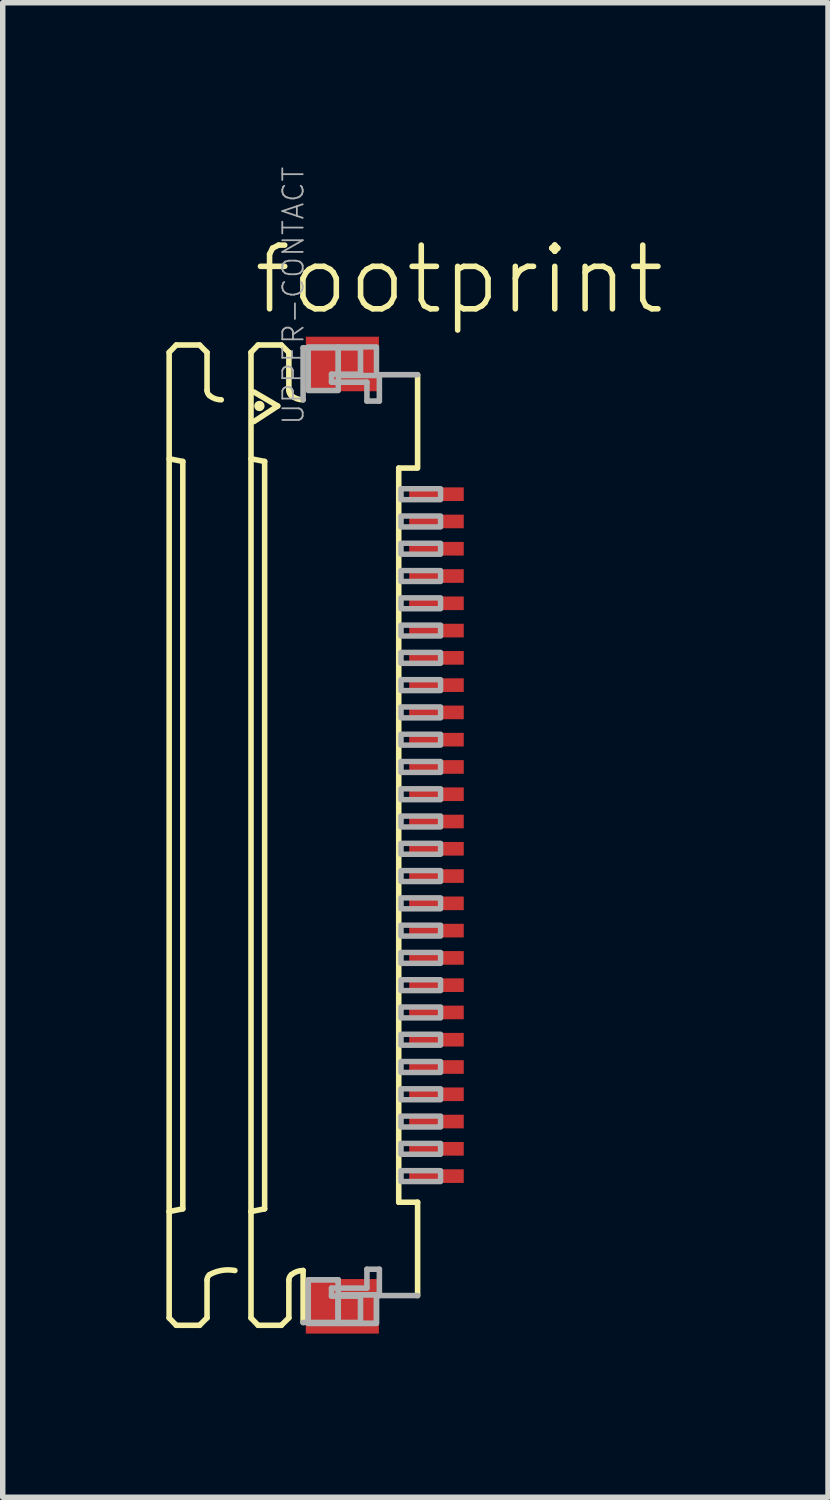
<source format=kicad_pcb>
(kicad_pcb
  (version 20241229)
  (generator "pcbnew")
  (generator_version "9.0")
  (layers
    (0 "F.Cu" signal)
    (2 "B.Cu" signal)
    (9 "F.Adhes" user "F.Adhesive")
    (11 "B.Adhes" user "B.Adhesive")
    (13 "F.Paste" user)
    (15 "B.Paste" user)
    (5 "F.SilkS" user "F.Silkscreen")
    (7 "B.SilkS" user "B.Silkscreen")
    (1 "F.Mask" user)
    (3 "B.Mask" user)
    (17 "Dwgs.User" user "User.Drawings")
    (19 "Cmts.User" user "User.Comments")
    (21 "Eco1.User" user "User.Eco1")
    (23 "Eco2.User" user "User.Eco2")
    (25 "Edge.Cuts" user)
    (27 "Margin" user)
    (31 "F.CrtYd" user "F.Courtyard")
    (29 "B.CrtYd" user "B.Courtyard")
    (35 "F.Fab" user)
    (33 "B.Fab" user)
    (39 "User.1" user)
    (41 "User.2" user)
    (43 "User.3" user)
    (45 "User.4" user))
  (footprint "footprint"
    (layer "F.Cu")
    (at 3.046 12.259)
    (property "Reference" "footprint" (at -1.5 -9.5 0) (layer "F.SilkS") (effects (font (size 1.168 1.168) (thickness 0.102)) (justify left bottom)))
    (fp_poly (pts (xy 1.355 -6.075) (xy 2.455 -6.075) (xy 2.455 -6.425) (xy 1.355 -6.425)) (stroke (width 0) (type solid)) (fill yes) (layer "F.Mask"))
    (fp_poly (pts (xy 1.355 -5.575) (xy 2.455 -5.575) (xy 2.455 -5.925) (xy 1.355 -5.925)) (stroke (width 0) (type solid)) (fill yes) (layer "F.Mask"))
    (fp_poly (pts (xy 1.355 -5.075) (xy 2.455 -5.075) (xy 2.455 -5.425) (xy 1.355 -5.425)) (stroke (width 0) (type solid)) (fill yes) (layer "F.Mask"))
    (fp_poly (pts (xy 1.355 -4.575) (xy 2.455 -4.575) (xy 2.455 -4.925) (xy 1.355 -4.925)) (stroke (width 0) (type solid)) (fill yes) (layer "F.Mask"))
    (fp_poly (pts (xy 1.355 -4.075) (xy 2.455 -4.075) (xy 2.455 -4.425) (xy 1.355 -4.425)) (stroke (width 0) (type solid)) (fill yes) (layer "F.Mask"))
    (fp_poly (pts (xy 1.355 -3.575) (xy 2.455 -3.575) (xy 2.455 -3.925) (xy 1.355 -3.925)) (stroke (width 0) (type solid)) (fill yes) (layer "F.Mask"))
    (fp_poly (pts (xy 1.355 -3.075) (xy 2.455 -3.075) (xy 2.455 -3.425) (xy 1.355 -3.425)) (stroke (width 0) (type solid)) (fill yes) (layer "F.Mask"))
    (fp_poly (pts (xy 1.355 -2.575) (xy 2.455 -2.575) (xy 2.455 -2.925) (xy 1.355 -2.925)) (stroke (width 0) (type solid)) (fill yes) (layer "F.Mask"))
    (fp_poly (pts (xy 1.355 -2.075) (xy 2.455 -2.075) (xy 2.455 -2.425) (xy 1.355 -2.425)) (stroke (width 0) (type solid)) (fill yes) (layer "F.Mask"))
    (fp_poly (pts (xy 1.355 -1.575) (xy 2.455 -1.575) (xy 2.455 -1.925) (xy 1.355 -1.925)) (stroke (width 0) (type solid)) (fill yes) (layer "F.Mask"))
    (fp_poly (pts (xy 1.355 -1.075) (xy 2.455 -1.075) (xy 2.455 -1.425) (xy 1.355 -1.425)) (stroke (width 0) (type solid)) (fill yes) (layer "F.Mask"))
    (fp_poly (pts (xy 1.355 -0.575) (xy 2.455 -0.575) (xy 2.455 -0.925) (xy 1.355 -0.925)) (stroke (width 0) (type solid)) (fill yes) (layer "F.Mask"))
    (fp_poly (pts (xy 1.355 -0.075) (xy 2.455 -0.075) (xy 2.455 -0.425) (xy 1.355 -0.425)) (stroke (width 0) (type solid)) (fill yes) (layer "F.Mask"))
    (fp_poly (pts (xy 1.355 0.425) (xy 2.455 0.425) (xy 2.455 0.075) (xy 1.355 0.075)) (stroke (width 0) (type solid)) (fill yes) (layer "F.Mask"))
    (fp_poly (pts (xy 1.355 0.925) (xy 2.455 0.925) (xy 2.455 0.575) (xy 1.355 0.575)) (stroke (width 0) (type solid)) (fill yes) (layer "F.Mask"))
    (fp_poly (pts (xy 1.355 1.425) (xy 2.455 1.425) (xy 2.455 1.075) (xy 1.355 1.075)) (stroke (width 0) (type solid)) (fill yes) (layer "F.Mask"))
    (fp_poly (pts (xy 1.355 1.925) (xy 2.455 1.925) (xy 2.455 1.575) (xy 1.355 1.575)) (stroke (width 0) (type solid)) (fill yes) (layer "F.Mask"))
    (fp_poly (pts (xy 1.355 2.425) (xy 2.455 2.425) (xy 2.455 2.075) (xy 1.355 2.075)) (stroke (width 0) (type solid)) (fill yes) (layer "F.Mask"))
    (fp_poly (pts (xy 1.355 2.925) (xy 2.455 2.925) (xy 2.455 2.575) (xy 1.355 2.575)) (stroke (width 0) (type solid)) (fill yes) (layer "F.Mask"))
    (fp_poly (pts (xy 1.355 3.425) (xy 2.455 3.425) (xy 2.455 3.075) (xy 1.355 3.075)) (stroke (width 0) (type solid)) (fill yes) (layer "F.Mask"))
    (fp_poly (pts (xy 1.355 3.925) (xy 2.455 3.925) (xy 2.455 3.575) (xy 1.355 3.575)) (stroke (width 0) (type solid)) (fill yes) (layer "F.Mask"))
    (fp_poly (pts (xy 1.355 4.425) (xy 2.455 4.425) (xy 2.455 4.075) (xy 1.355 4.075)) (stroke (width 0) (type solid)) (fill yes) (layer "F.Mask"))
    (fp_poly (pts (xy 1.355 4.925) (xy 2.455 4.925) (xy 2.455 4.575) (xy 1.355 4.575)) (stroke (width 0) (type solid)) (fill yes) (layer "F.Mask"))
    (fp_poly (pts (xy 1.355 5.425) (xy 2.455 5.425) (xy 2.455 5.075) (xy 1.355 5.075)) (stroke (width 0) (type solid)) (fill yes) (layer "F.Mask"))
    (fp_poly (pts (xy 1.355 5.925) (xy 2.455 5.925) (xy 2.455 5.575) (xy 1.355 5.575)) (stroke (width 0) (type solid)) (fill yes) (layer "F.Mask"))
    (fp_poly (pts (xy 1.355 6.425) (xy 2.455 6.425) (xy 2.455 6.075) (xy 1.355 6.075)) (stroke (width 0) (type solid)) (fill yes) (layer "F.Mask"))
    (fp_line (start -2.995 -8.85) (end -2.865 -8.985) (stroke (width 0.102) (type solid)) (layer "F.SilkS"))
    (fp_line (start -2.995 -6.9) (end -2.745 -6.85) (stroke (width 0.102) (type solid)) (layer "F.SilkS"))
    (fp_line (start -2.995 6.9) (end -2.995 -8.85) (stroke (width 0.102) (type solid)) (layer "F.SilkS"))
    (fp_line (start -2.995 8.85) (end -2.995 6.9) (stroke (width 0.102) (type solid)) (layer "F.SilkS"))
    (fp_line (start -2.995 8.85) (end -2.865 8.985) (stroke (width 0.102) (type solid)) (layer "F.SilkS"))
    (fp_line (start -2.865 -8.985) (end -2.438 -8.985) (stroke (width 0.102) (type solid)) (layer "F.SilkS"))
    (fp_line (start -2.865 8.985) (end -2.438 8.985) (stroke (width 0.102) (type solid)) (layer "F.SilkS"))
    (fp_line (start -2.745 6.85) (end -2.995 6.9) (stroke (width 0.102) (type solid)) (layer "F.SilkS"))
    (fp_line (start -2.745 6.85) (end -2.745 -6.85) (stroke (width 0.102) (type solid)) (layer "F.SilkS"))
    (fp_line (start -2.438 -8.985) (end -2.301 -8.848) (stroke (width 0.102) (type solid)) (layer "F.SilkS"))
    (fp_line (start -2.438 8.985) (end -2.301 8.848) (stroke (width 0.102) (type solid)) (layer "F.SilkS"))
    (fp_line (start -2.301 -8.848) (end -2.301 -8.156) (stroke (width 0.102) (type solid)) (layer "F.SilkS"))
    (fp_line (start -2.301 8.848) (end -2.301 8.156) (stroke (width 0.102) (type solid)) (layer "F.SilkS"))
    (fp_line (start -1.495 -8.85) (end -1.365 -8.985) (stroke (width 0.102) (type solid)) (layer "F.SilkS"))
    (fp_line (start -1.495 -6.9) (end -1.245 -6.85) (stroke (width 0.102) (type solid)) (layer "F.SilkS"))
    (fp_line (start -1.495 6.9) (end -1.495 -8.85) (stroke (width 0.102) (type solid)) (layer "F.SilkS"))
    (fp_line (start -1.495 8.85) (end -1.495 6.9) (stroke (width 0.102) (type solid)) (layer "F.SilkS"))
    (fp_line (start -1.495 8.85) (end -1.365 8.985) (stroke (width 0.102) (type solid)) (layer "F.SilkS"))
    (fp_line (start -1.441 -8.123) (end -1.005 -7.867) (stroke (width 0.102) (type solid)) (layer "F.SilkS"))
    (fp_line (start -1.365 -8.985) (end -0.939 -8.985) (stroke (width 0.102) (type solid)) (layer "F.SilkS"))
    (fp_line (start -1.365 8.985) (end -0.939 8.985) (stroke (width 0.102) (type solid)) (layer "F.SilkS"))
    (fp_line (start -1.245 6.85) (end -1.495 6.9) (stroke (width 0.102) (type solid)) (layer "F.SilkS"))
    (fp_line (start -1.245 6.85) (end -1.245 -6.85) (stroke (width 0.102) (type solid)) (layer "F.SilkS"))
    (fp_line (start -1.005 -7.867) (end -1.441 -7.582) (stroke (width 0.102) (type solid)) (layer "F.SilkS"))
    (fp_line (start -0.939 -8.985) (end -0.801 -8.848) (stroke (width 0.102) (type solid)) (layer "F.SilkS"))
    (fp_line (start -0.939 8.985) (end -0.801 8.848) (stroke (width 0.102) (type solid)) (layer "F.SilkS"))
    (fp_line (start -0.801 -8.848) (end -0.801 -8.156) (stroke (width 0.102) (type solid)) (layer "F.SilkS"))
    (fp_line (start -0.801 8.848) (end -0.801 8.156) (stroke (width 0.102) (type solid)) (layer "F.SilkS"))
    (fp_line (start -0.54 7.98) (end -0.54 8.933) (stroke (width 0.102) (type solid)) (layer "F.SilkS"))
    (fp_line (start 1.213 6.729) (end 1.213 -6.729) (stroke (width 0.102) (type solid)) (layer "F.SilkS"))
    (fp_line (start 1.538 -6.729) (end 1.213 -6.729) (stroke (width 0.102) (type solid)) (layer "F.SilkS"))
    (fp_line (start 1.559 -8.44) (end 1.559 -6.729) (stroke (width 0.102) (type solid)) (layer "F.SilkS"))
    (fp_line (start 1.559 6.729) (end 1.213 6.729) (stroke (width 0.102) (type solid)) (layer "F.SilkS"))
    (fp_line (start 1.559 8.44) (end 1.559 6.729) (stroke (width 0.102) (type solid)) (layer "F.SilkS"))
    (fp_arc (start -2.301 8.1557) (mid -2.288538 8.100596) (end -2.2536 8.056199) (stroke (width 0.1016) (type solid)) (layer "F.SilkS"))
    (fp_arc (start -2.2536 -8.056199) (mid -2.288538 -8.100596) (end -2.301 -8.1557) (stroke (width 0.1016) (type solid)) (layer "F.SilkS"))
    (fp_arc (start -2.2536 8.0562) (mid -2.028476 7.978411) (end -1.7903 7.9804) (stroke (width 0.1016) (type solid)) (layer "F.SilkS"))
    (fp_arc (start -2.0403 -7.980399) (mid -2.153476 -7.999935) (end -2.2536 -8.0562) (stroke (width 0.1016) (type solid)) (layer "F.SilkS"))
    (fp_arc (start -0.801 8.1557) (mid -0.788538 8.100596) (end -0.7536 8.056199) (stroke (width 0.1016) (type solid)) (layer "F.SilkS"))
    (fp_arc (start -0.7536 -8.056199) (mid -0.788538 -8.100596) (end -0.801 -8.1557) (stroke (width 0.1016) (type solid)) (layer "F.SilkS"))
    (fp_arc (start -0.7536 8.0562) (mid -0.653476 7.999935) (end -0.5403 7.980399) (stroke (width 0.1016) (type solid)) (layer "F.SilkS"))
    (fp_arc (start -0.5403 -7.980399) (mid -0.653476 -7.999935) (end -0.7536 -8.0562) (stroke (width 0.1016) (type solid)) (layer "F.SilkS"))
    (fp_circle (center -1.341 -7.867) (end -1.294 -7.867) (stroke (width 0.095) (type solid)) (fill yes) (layer "F.SilkS"))
    (fp_line (start -0.54 -8.933) (end 0.512 -8.933) (stroke (width 0.102) (type solid)) (layer "F.Fab"))
    (fp_line (start -0.54 -7.98) (end -0.54 -8.933) (stroke (width 0.102) (type solid)) (layer "F.Fab"))
    (fp_line (start -0.54 8.933) (end 0.512 8.933) (stroke (width 0.102) (type solid)) (layer "F.Fab"))
    (fp_line (start -0.019 -8.45) (end -0.019 -8.303) (stroke (width 0.102) (type solid)) (layer "F.Fab"))
    (fp_line (start -0.019 -8.303) (end 0.63 -8.303) (stroke (width 0.102) (type solid)) (layer "F.Fab"))
    (fp_line (start -0.019 8.303) (end 0.63 8.303) (stroke (width 0.102) (type solid)) (layer "F.Fab"))
    (fp_line (start -0.019 8.45) (end -0.019 8.303) (stroke (width 0.102) (type solid)) (layer "F.Fab"))
    (fp_line (start 0.512 -8.933) (end 0.512 -8.45) (stroke (width 0.102) (type solid)) (layer "F.Fab"))
    (fp_line (start 0.512 -8.45) (end -0.019 -8.45) (stroke (width 0.102) (type solid)) (layer "F.Fab"))
    (fp_line (start 0.512 8.45) (end -0.019 8.45) (stroke (width 0.102) (type solid)) (layer "F.Fab"))
    (fp_line (start 0.512 8.933) (end 0.512 8.45) (stroke (width 0.102) (type solid)) (layer "F.Fab"))
    (fp_line (start 0.63 -8.303) (end 0.63 -7.957) (stroke (width 0.102) (type solid)) (layer "F.Fab"))
    (fp_line (start 0.63 -7.957) (end 0.858 -7.957) (stroke (width 0.102) (type solid)) (layer "F.Fab"))
    (fp_line (start 0.63 7.957) (end 0.858 7.957) (stroke (width 0.102) (type solid)) (layer "F.Fab"))
    (fp_line (start 0.63 8.303) (end 0.63 7.957) (stroke (width 0.102) (type solid)) (layer "F.Fab"))
    (fp_line (start 0.858 -8.44) (end 1.559 -8.44) (stroke (width 0.102) (type solid)) (layer "F.Fab"))
    (fp_line (start 0.858 -7.957) (end 0.858 -8.44) (stroke (width 0.102) (type solid)) (layer "F.Fab"))
    (fp_line (start 0.858 7.957) (end 0.858 8.44) (stroke (width 0.102) (type solid)) (layer "F.Fab"))
    (fp_line (start 0.858 8.44) (end 1.559 8.44) (stroke (width 0.102) (type solid)) (layer "F.Fab"))
    (fp_poly (pts (xy -0.445 -8.15) (xy 0.105 -8.15) (xy 0.105 -8.95) (xy -0.445 -8.95)) (stroke (width 0.1) (type solid)) (fill no) (layer "F.Fab"))
    (fp_poly (pts (xy -0.445 8.95) (xy 0.105 8.95) (xy 0.105 8.15) (xy -0.445 8.15)) (stroke (width 0.1) (type solid)) (fill no) (layer "F.Fab"))
    (fp_poly (pts (xy -0.445 8.95) (xy 0.105 8.95) (xy 0.105 8.15) (xy -0.445 8.15)) (stroke (width 0.1) (type solid)) (fill no) (layer "F.Fab"))
    (fp_poly (pts (xy 0.105 -8.425) (xy 0.805 -8.425) (xy 0.805 -8.95) (xy 0.105 -8.95)) (stroke (width 0.1) (type solid)) (fill no) (layer "F.Fab"))
    (fp_poly (pts (xy 0.105 8.95) (xy 0.805 8.95) (xy 0.805 8.425) (xy 0.105 8.425)) (stroke (width 0.1) (type solid)) (fill no) (layer "F.Fab"))
    (fp_poly (pts (xy 0.105 8.95) (xy 0.805 8.95) (xy 0.805 8.425) (xy 0.105 8.425)) (stroke (width 0.1) (type solid)) (fill no) (layer "F.Fab"))
    (fp_poly (pts (xy 1.255 -6.15) (xy 1.98 -6.15) (xy 1.98 -6.35) (xy 1.255 -6.35)) (stroke (width 0.1) (type solid)) (fill no) (layer "F.Fab"))
    (fp_poly (pts (xy 1.255 -5.65) (xy 1.98 -5.65) (xy 1.98 -5.85) (xy 1.255 -5.85)) (stroke (width 0.1) (type solid)) (fill no) (layer "F.Fab"))
    (fp_poly (pts (xy 1.255 -5.15) (xy 1.98 -5.15) (xy 1.98 -5.35) (xy 1.255 -5.35)) (stroke (width 0.1) (type solid)) (fill no) (layer "F.Fab"))
    (fp_poly (pts (xy 1.255 -4.65) (xy 1.98 -4.65) (xy 1.98 -4.85) (xy 1.255 -4.85)) (stroke (width 0.1) (type solid)) (fill no) (layer "F.Fab"))
    (fp_poly (pts (xy 1.255 -4.15) (xy 1.98 -4.15) (xy 1.98 -4.35) (xy 1.255 -4.35)) (stroke (width 0.1) (type solid)) (fill no) (layer "F.Fab"))
    (fp_poly (pts (xy 1.255 -3.65) (xy 1.98 -3.65) (xy 1.98 -3.85) (xy 1.255 -3.85)) (stroke (width 0.1) (type solid)) (fill no) (layer "F.Fab"))
    (fp_poly (pts (xy 1.255 -3.15) (xy 1.98 -3.15) (xy 1.98 -3.35) (xy 1.255 -3.35)) (stroke (width 0.1) (type solid)) (fill no) (layer "F.Fab"))
    (fp_poly (pts (xy 1.255 -2.65) (xy 1.98 -2.65) (xy 1.98 -2.85) (xy 1.255 -2.85)) (stroke (width 0.1) (type solid)) (fill no) (layer "F.Fab"))
    (fp_poly (pts (xy 1.255 -2.15) (xy 1.98 -2.15) (xy 1.98 -2.35) (xy 1.255 -2.35)) (stroke (width 0.1) (type solid)) (fill no) (layer "F.Fab"))
    (fp_poly (pts (xy 1.255 -1.65) (xy 1.98 -1.65) (xy 1.98 -1.85) (xy 1.255 -1.85)) (stroke (width 0.1) (type solid)) (fill no) (layer "F.Fab"))
    (fp_poly (pts (xy 1.255 -1.15) (xy 1.98 -1.15) (xy 1.98 -1.35) (xy 1.255 -1.35)) (stroke (width 0.1) (type solid)) (fill no) (layer "F.Fab"))
    (fp_poly (pts (xy 1.255 -0.65) (xy 1.98 -0.65) (xy 1.98 -0.85) (xy 1.255 -0.85)) (stroke (width 0.1) (type solid)) (fill no) (layer "F.Fab"))
    (fp_poly (pts (xy 1.255 -0.15) (xy 1.98 -0.15) (xy 1.98 -0.35) (xy 1.255 -0.35)) (stroke (width 0.1) (type solid)) (fill no) (layer "F.Fab"))
    (fp_poly (pts (xy 1.255 0.35) (xy 1.98 0.35) (xy 1.98 0.15) (xy 1.255 0.15)) (stroke (width 0.1) (type solid)) (fill no) (layer "F.Fab"))
    (fp_poly (pts (xy 1.255 0.85) (xy 1.98 0.85) (xy 1.98 0.65) (xy 1.255 0.65)) (stroke (width 0.1) (type solid)) (fill no) (layer "F.Fab"))
    (fp_poly (pts (xy 1.255 1.35) (xy 1.98 1.35) (xy 1.98 1.15) (xy 1.255 1.15)) (stroke (width 0.1) (type solid)) (fill no) (layer "F.Fab"))
    (fp_poly (pts (xy 1.255 1.85) (xy 1.98 1.85) (xy 1.98 1.65) (xy 1.255 1.65)) (stroke (width 0.1) (type solid)) (fill no) (layer "F.Fab"))
    (fp_poly (pts (xy 1.255 2.35) (xy 1.98 2.35) (xy 1.98 2.15) (xy 1.255 2.15)) (stroke (width 0.1) (type solid)) (fill no) (layer "F.Fab"))
    (fp_poly (pts (xy 1.255 2.85) (xy 1.98 2.85) (xy 1.98 2.65) (xy 1.255 2.65)) (stroke (width 0.1) (type solid)) (fill no) (layer "F.Fab"))
    (fp_poly (pts (xy 1.255 3.35) (xy 1.98 3.35) (xy 1.98 3.15) (xy 1.255 3.15)) (stroke (width 0.1) (type solid)) (fill no) (layer "F.Fab"))
    (fp_poly (pts (xy 1.255 3.85) (xy 1.98 3.85) (xy 1.98 3.65) (xy 1.255 3.65)) (stroke (width 0.1) (type solid)) (fill no) (layer "F.Fab"))
    (fp_poly (pts (xy 1.255 4.35) (xy 1.98 4.35) (xy 1.98 4.15) (xy 1.255 4.15)) (stroke (width 0.1) (type solid)) (fill no) (layer "F.Fab"))
    (fp_poly (pts (xy 1.255 4.85) (xy 1.98 4.85) (xy 1.98 4.65) (xy 1.255 4.65)) (stroke (width 0.1) (type solid)) (fill no) (layer "F.Fab"))
    (fp_poly (pts (xy 1.255 5.35) (xy 1.98 5.35) (xy 1.98 5.15) (xy 1.255 5.15)) (stroke (width 0.1) (type solid)) (fill no) (layer "F.Fab"))
    (fp_poly (pts (xy 1.255 5.85) (xy 1.98 5.85) (xy 1.98 5.65) (xy 1.255 5.65)) (stroke (width 0.1) (type solid)) (fill no) (layer "F.Fab"))
    (fp_poly (pts (xy 1.255 6.35) (xy 1.98 6.35) (xy 1.98 6.15) (xy 1.255 6.15)) (stroke (width 0.1) (type solid)) (fill no) (layer "F.Fab"))
    (fp_text user "UPPER-CONTACT" (at -0.5 -7.5 270) (layer "F.Fab") (effects (font (size 0.374 0.374) (thickness 0.033)) (justify left bottom)))
    (pad "1" smd rect (at 1.905 -6.25) (size 1 0.25) (layers "F.Cu" "F.Paste"))
    (pad "2" smd rect (at 1.905 -5.75) (size 1 0.25) (layers "F.Cu" "F.Paste"))
    (pad "3" smd rect (at 1.905 -5.25) (size 1 0.25) (layers "F.Cu" "F.Paste"))
    (pad "4" smd rect (at 1.905 -4.75) (size 1 0.25) (layers "F.Cu" "F.Paste"))
    (pad "5" smd rect (at 1.905 -4.25) (size 1 0.25) (layers "F.Cu" "F.Paste"))
    (pad "6" smd rect (at 1.905 -3.75) (size 1 0.25) (layers "F.Cu" "F.Paste"))
    (pad "7" smd rect (at 1.905 -3.25) (size 1 0.25) (layers "F.Cu" "F.Paste"))
    (pad "8" smd rect (at 1.905 -2.75) (size 1 0.25) (layers "F.Cu" "F.Paste"))
    (pad "9" smd rect (at 1.905 -2.25) (size 1 0.25) (layers "F.Cu" "F.Paste"))
    (pad "10" smd rect (at 1.905 -1.75) (size 1 0.25) (layers "F.Cu" "F.Paste"))
    (pad "11" smd rect (at 1.905 -1.25) (size 1 0.25) (layers "F.Cu" "F.Paste"))
    (pad "12" smd rect (at 1.905 -0.75) (size 1 0.25) (layers "F.Cu" "F.Paste"))
    (pad "13" smd rect (at 1.905 -0.25) (size 1 0.25) (layers "F.Cu" "F.Paste"))
    (pad "14" smd rect (at 1.905 0.25) (size 1 0.25) (layers "F.Cu" "F.Paste"))
    (pad "15" smd rect (at 1.905 0.75) (size 1 0.25) (layers "F.Cu" "F.Paste"))
    (pad "16" smd rect (at 1.905 1.25) (size 1 0.25) (layers "F.Cu" "F.Paste"))
    (pad "17" smd rect (at 1.905 1.75) (size 1 0.25) (layers "F.Cu" "F.Paste"))
    (pad "18" smd rect (at 1.905 2.25) (size 1 0.25) (layers "F.Cu" "F.Paste"))
    (pad "19" smd rect (at 1.905 2.75) (size 1 0.25) (layers "F.Cu" "F.Paste"))
    (pad "20" smd rect (at 1.905 3.25) (size 1 0.25) (layers "F.Cu" "F.Paste"))
    (pad "21" smd rect (at 1.905 3.75) (size 1 0.25) (layers "F.Cu" "F.Paste"))
    (pad "22" smd rect (at 1.905 4.25) (size 1 0.25) (layers "F.Cu" "F.Paste"))
    (pad "23" smd rect (at 1.905 4.75) (size 1 0.25) (layers "F.Cu" "F.Paste"))
    (pad "24" smd rect (at 1.905 5.25) (size 1 0.25) (layers "F.Cu" "F.Paste"))
    (pad "25" smd rect (at 1.905 5.75) (size 1 0.25) (layers "F.Cu" "F.Paste"))
    (pad "26" smd rect (at 1.905 6.25) (size 1 0.25) (layers "F.Cu" "F.Paste"))
    (pad "M1" smd rect (at 0.18 -8.637) (size 1.34 1) (layers "F.Cu" "F.Mask" "F.Paste"))
    (pad "M2" smd rect (at 0.18 8.637) (size 1.34 1) (layers "F.Cu" "F.Mask" "F.Paste")))
  (gr_rect
    (start -3 -3)
    (end 12.128 24.396)
    (stroke (width 0.1) (type default))
    (fill no)
    (layer "Edge.Cuts")))
</source>
